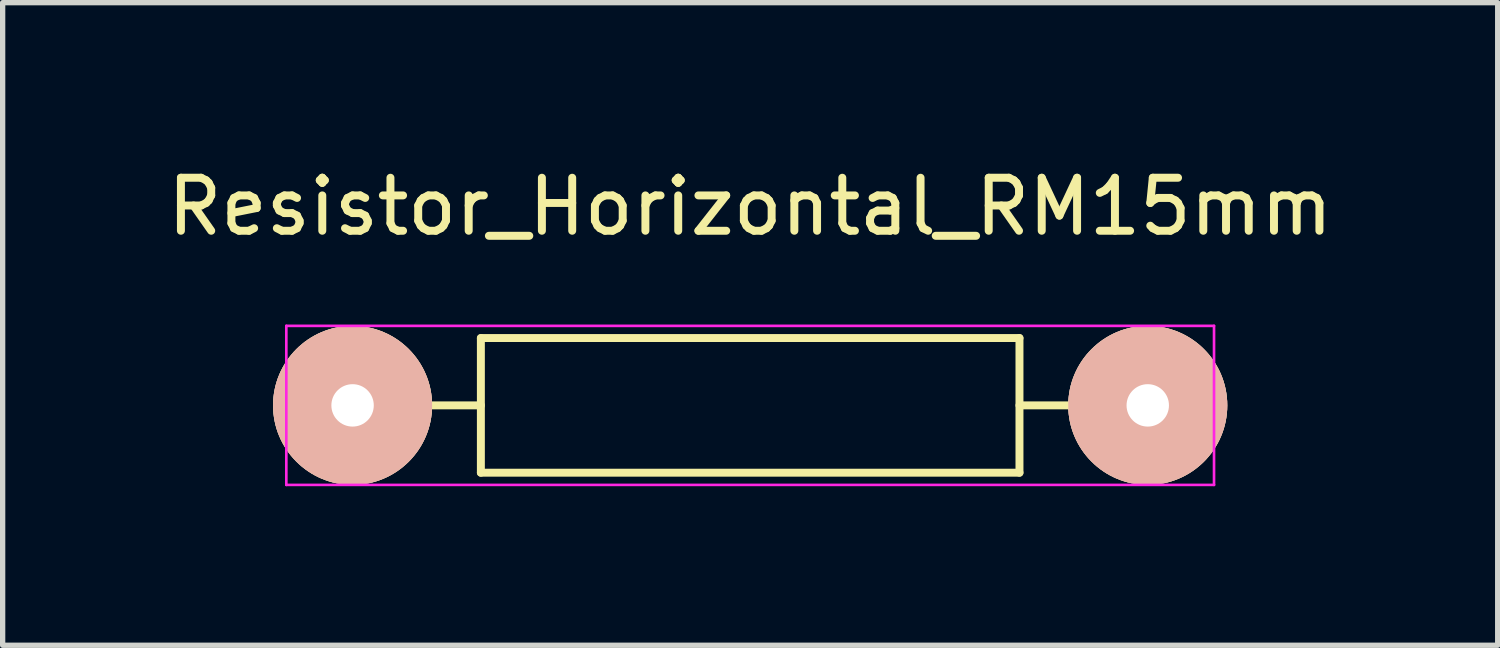
<source format=kicad_pcb>
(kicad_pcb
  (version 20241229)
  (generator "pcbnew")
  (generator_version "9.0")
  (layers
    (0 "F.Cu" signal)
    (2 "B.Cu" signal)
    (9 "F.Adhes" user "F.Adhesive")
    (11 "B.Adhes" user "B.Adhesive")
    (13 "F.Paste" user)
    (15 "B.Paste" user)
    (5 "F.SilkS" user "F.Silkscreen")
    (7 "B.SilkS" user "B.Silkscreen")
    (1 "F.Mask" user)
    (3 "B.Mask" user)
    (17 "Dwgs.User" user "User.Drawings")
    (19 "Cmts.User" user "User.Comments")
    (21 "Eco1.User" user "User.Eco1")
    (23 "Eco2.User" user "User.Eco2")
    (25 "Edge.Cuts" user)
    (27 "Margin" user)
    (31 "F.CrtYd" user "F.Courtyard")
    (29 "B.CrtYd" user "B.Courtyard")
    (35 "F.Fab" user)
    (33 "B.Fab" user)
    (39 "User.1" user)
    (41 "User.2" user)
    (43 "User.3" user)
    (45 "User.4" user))
  (footprint "Resistor_Horizontal_RM15mm"
    (layer "F.Cu")
    (at 3.601 4.597)
    (property "Reference" "Resistor_Horizontal_RM15mm" (at 7.5 -3.749 0) (layer "F.SilkS") (effects (font (size 1 1) (thickness 0.15))))
    (attr through_hole)
    (fp_line (start 1.27 0) (end 2.42 0) (stroke (width 0.15) (type solid)) (layer "F.SilkS"))
    (fp_line (start 2.42 -1.27) (end 2.42 1.27) (stroke (width 0.15) (type solid)) (layer "F.SilkS"))
    (fp_line (start 2.42 1.27) (end 12.58 1.27) (stroke (width 0.15) (type solid)) (layer "F.SilkS"))
    (fp_line (start 12.58 -1.27) (end 2.42 -1.27) (stroke (width 0.15) (type solid)) (layer "F.SilkS"))
    (fp_line (start 12.58 1.27) (end 12.58 -1.27) (stroke (width 0.15) (type solid)) (layer "F.SilkS"))
    (fp_line (start 13.73 0) (end 12.58 0) (stroke (width 0.15) (type solid)) (layer "F.SilkS"))
    (fp_line (start -1.25 -1.5) (end 16.25 -1.5) (stroke (width 0.05) (type solid)) (layer "F.CrtYd"))
    (fp_line (start -1.25 1.5) (end -1.25 -1.5) (stroke (width 0.05) (type solid)) (layer "F.CrtYd"))
    (fp_line (start 16.25 -1.5) (end 16.25 1.5) (stroke (width 0.05) (type solid)) (layer "F.CrtYd"))
    (fp_line (start 16.25 1.5) (end -1.25 1.5) (stroke (width 0.05) (type solid)) (layer "F.CrtYd"))
    (pad "1" thru_hole circle (at 0 0) (size 3 3) (drill 0.8) (layers "*.Cu" "*.SilkS" "*.Mask"))
    (pad "2" thru_hole circle (at 15 0) (size 3 3) (drill 0.8) (layers "*.Cu" "*.SilkS" "*.Mask")))
  (gr_rect
    (start -3 -3)
    (end 25.202 9.122)
    (stroke (width 0.1) (type default))
    (fill no)
    (layer "Edge.Cuts")))
</source>
